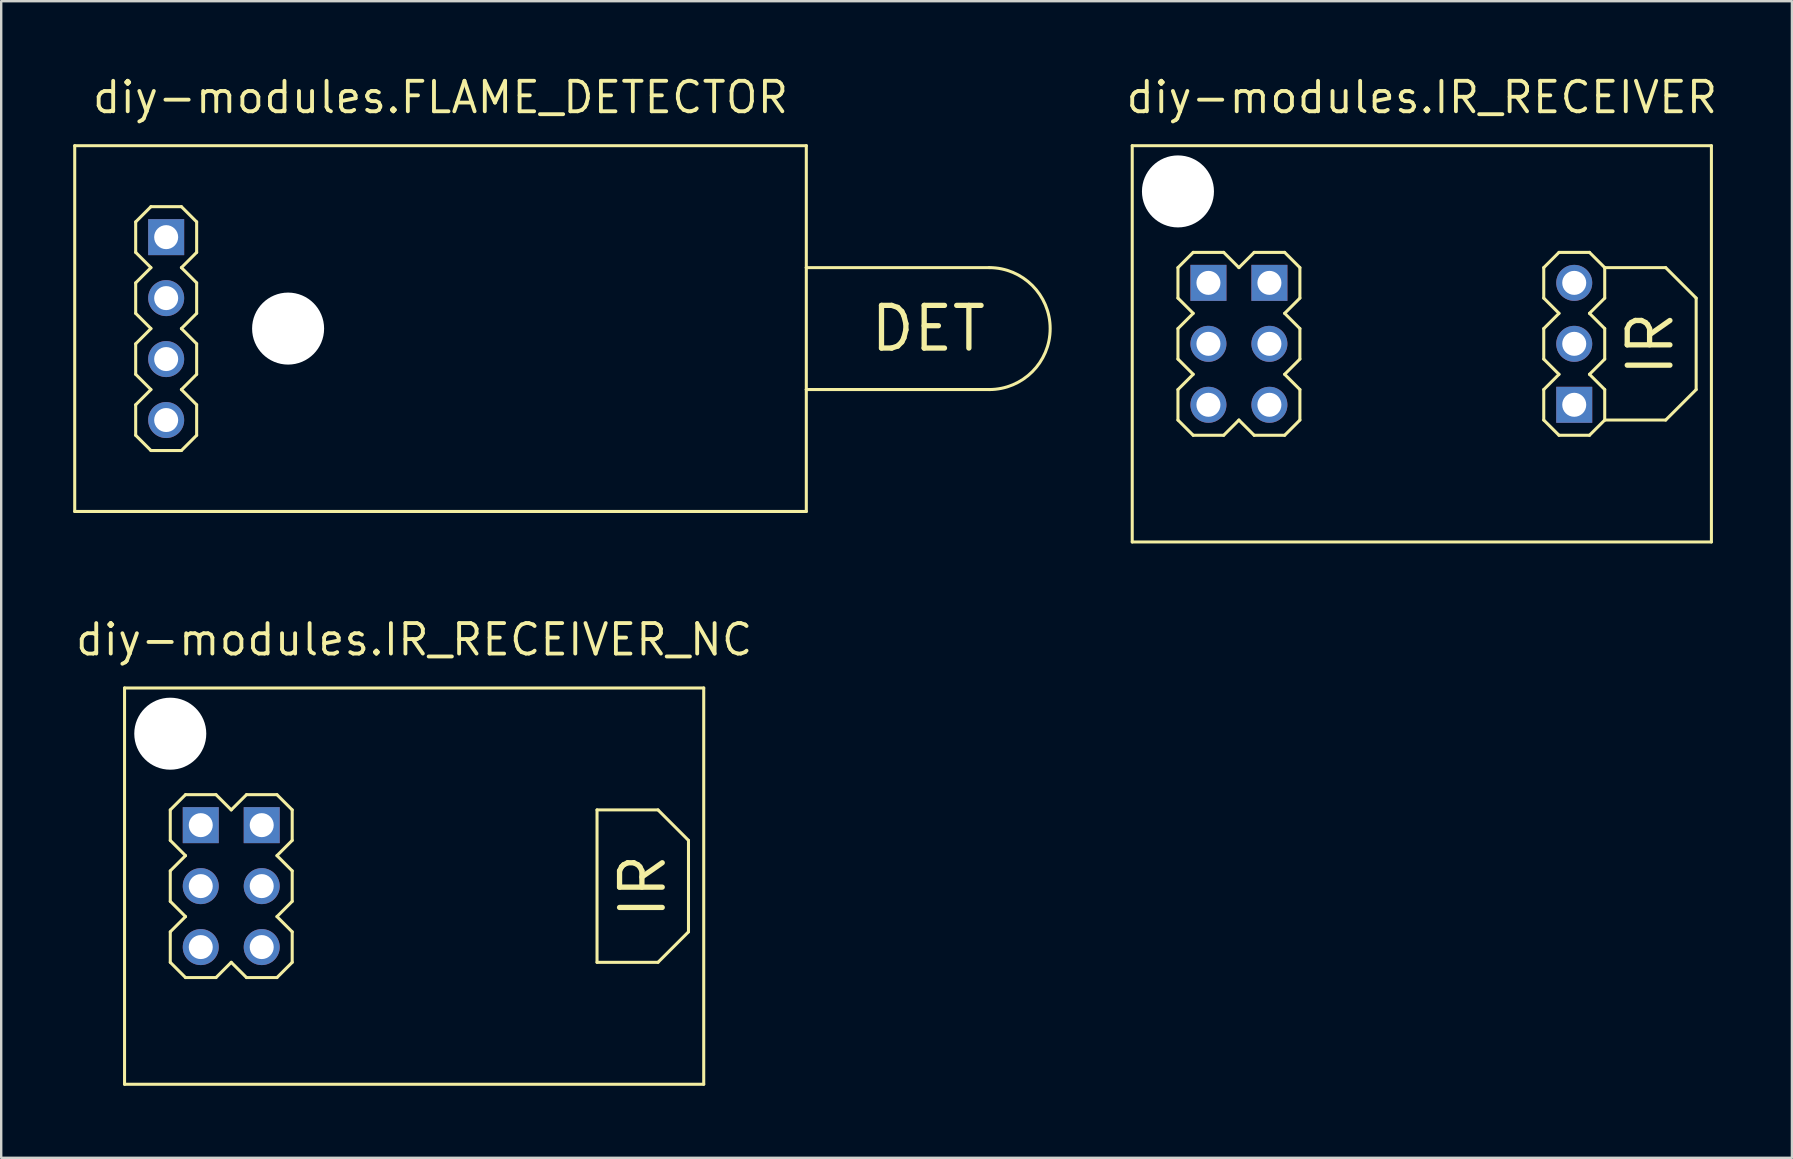
<source format=kicad_pcb>
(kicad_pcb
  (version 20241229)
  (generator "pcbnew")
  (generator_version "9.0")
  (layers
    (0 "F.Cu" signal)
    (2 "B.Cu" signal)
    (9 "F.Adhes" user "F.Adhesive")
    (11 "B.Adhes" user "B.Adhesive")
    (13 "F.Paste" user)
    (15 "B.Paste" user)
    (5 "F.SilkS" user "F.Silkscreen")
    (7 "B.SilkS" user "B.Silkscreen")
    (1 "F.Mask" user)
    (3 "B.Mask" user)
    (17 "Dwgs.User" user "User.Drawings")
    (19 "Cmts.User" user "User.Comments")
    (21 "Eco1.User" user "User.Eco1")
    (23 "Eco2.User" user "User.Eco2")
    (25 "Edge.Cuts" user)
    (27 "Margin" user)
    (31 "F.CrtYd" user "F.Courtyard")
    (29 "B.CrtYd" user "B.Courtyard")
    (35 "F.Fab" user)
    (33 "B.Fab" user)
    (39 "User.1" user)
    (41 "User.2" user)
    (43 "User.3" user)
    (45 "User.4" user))
  (footprint "diy-modules.FLAME_DETECTOR"
    (layer "F.Cu")
    (at 15.303 10.64)
    (property "Reference" "diy-modules.FLAME_DETECTOR" (at 0 -8.89 0) (layer "F.SilkS") (effects (font (size 1.27 1.27) (thickness 0.16)) (justify bottom)))
    (attr through_hole)
    (fp_line (start -15.24 -7.62) (end 15.24 -7.62) (stroke (width 0.127) (type default)) (layer "F.SilkS"))
    (fp_line (start -15.24 7.62) (end -15.24 -7.62) (stroke (width 0.127) (type default)) (layer "F.SilkS"))
    (fp_line (start -12.7 -4.445) (end -12.065 -5.08) (stroke (width 0.127) (type default)) (layer "F.SilkS"))
    (fp_line (start -12.7 -3.175) (end -12.7 -4.445) (stroke (width 0.127) (type default)) (layer "F.SilkS"))
    (fp_line (start -12.7 -1.905) (end -12.065 -2.54) (stroke (width 0.127) (type default)) (layer "F.SilkS"))
    (fp_line (start -12.7 -0.635) (end -12.7 -1.905) (stroke (width 0.127) (type default)) (layer "F.SilkS"))
    (fp_line (start -12.7 0.635) (end -12.065 0) (stroke (width 0.127) (type default)) (layer "F.SilkS"))
    (fp_line (start -12.7 1.905) (end -12.7 0.635) (stroke (width 0.127) (type default)) (layer "F.SilkS"))
    (fp_line (start -12.7 3.175) (end -12.065 2.54) (stroke (width 0.127) (type default)) (layer "F.SilkS"))
    (fp_line (start -12.7 4.445) (end -12.7 3.175) (stroke (width 0.127) (type default)) (layer "F.SilkS"))
    (fp_line (start -12.065 -5.08) (end -10.795 -5.08) (stroke (width 0.127) (type default)) (layer "F.SilkS"))
    (fp_line (start -12.065 -2.54) (end -12.7 -3.175) (stroke (width 0.127) (type default)) (layer "F.SilkS"))
    (fp_line (start -12.065 0) (end -12.7 -0.635) (stroke (width 0.127) (type default)) (layer "F.SilkS"))
    (fp_line (start -12.065 2.54) (end -12.7 1.905) (stroke (width 0.127) (type default)) (layer "F.SilkS"))
    (fp_line (start -12.065 5.08) (end -12.7 4.445) (stroke (width 0.127) (type default)) (layer "F.SilkS"))
    (fp_line (start -10.795 -5.08) (end -10.16 -4.445) (stroke (width 0.127) (type default)) (layer "F.SilkS"))
    (fp_line (start -10.795 -2.54) (end -10.16 -1.905) (stroke (width 0.127) (type default)) (layer "F.SilkS"))
    (fp_line (start -10.795 0) (end -10.16 0.635) (stroke (width 0.127) (type default)) (layer "F.SilkS"))
    (fp_line (start -10.795 2.54) (end -10.16 3.175) (stroke (width 0.127) (type default)) (layer "F.SilkS"))
    (fp_line (start -10.795 5.08) (end -12.065 5.08) (stroke (width 0.127) (type default)) (layer "F.SilkS"))
    (fp_line (start -10.16 -4.445) (end -10.16 -3.175) (stroke (width 0.127) (type default)) (layer "F.SilkS"))
    (fp_line (start -10.16 -3.175) (end -10.795 -2.54) (stroke (width 0.127) (type default)) (layer "F.SilkS"))
    (fp_line (start -10.16 -1.905) (end -10.16 -0.635) (stroke (width 0.127) (type default)) (layer "F.SilkS"))
    (fp_line (start -10.16 -0.635) (end -10.795 0) (stroke (width 0.127) (type default)) (layer "F.SilkS"))
    (fp_line (start -10.16 0.635) (end -10.16 1.905) (stroke (width 0.127) (type default)) (layer "F.SilkS"))
    (fp_line (start -10.16 1.905) (end -10.795 2.54) (stroke (width 0.127) (type default)) (layer "F.SilkS"))
    (fp_line (start -10.16 3.175) (end -10.16 4.445) (stroke (width 0.127) (type default)) (layer "F.SilkS"))
    (fp_line (start -10.16 4.445) (end -10.795 5.08) (stroke (width 0.127) (type default)) (layer "F.SilkS"))
    (fp_line (start 15.24 -7.62) (end 15.24 -2.54) (stroke (width 0.127) (type default)) (layer "F.SilkS"))
    (fp_line (start 15.24 -2.54) (end 15.24 2.54) (stroke (width 0.127) (type default)) (layer "F.SilkS"))
    (fp_line (start 15.24 -2.54) (end 22.86 -2.54) (stroke (width 0.127) (type default)) (layer "F.SilkS"))
    (fp_line (start 15.24 2.54) (end 15.24 7.62) (stroke (width 0.127) (type default)) (layer "F.SilkS"))
    (fp_line (start 15.24 2.54) (end 22.86 2.54) (stroke (width 0.127) (type default)) (layer "F.SilkS"))
    (fp_line (start 15.24 7.62) (end -15.24 7.62) (stroke (width 0.127) (type default)) (layer "F.SilkS"))
    (fp_arc (start 22.86 -2.54) (mid 25.4 0) (end 22.86 2.54) (stroke (width 0.127) (type default)) (layer "F.SilkS"))
    (fp_text user "DET" (at 20.32 0 0) (layer "F.SilkS") (effects (font (size 1.778 1.778) (thickness 0.22))))
    (pad "" np_thru_hole circle (at -6.35 0) (size 3 3) (drill 3) (layers "*.Cu" "*.Mask"))
    (pad "1" thru_hole rect (at -11.43 -3.81) (size 1.5 1.5) (drill 1) (layers "*.Cu" "*.Mask"))
    (pad "2" thru_hole circle (at -11.43 -1.27) (size 1.5 1.5) (drill 1) (layers "*.Cu" "*.Mask"))
    (pad "3" thru_hole circle (at -11.43 1.27) (size 1.5 1.5) (drill 1) (layers "*.Cu" "*.Mask"))
    (pad "4" thru_hole circle (at -11.43 3.81) (size 1.5 1.5) (drill 1) (layers "*.Cu" "*.Mask")))
  (footprint "diy-modules.IR_RECEIVER_NC"
    (layer "F.Cu")
    (at 14.204 33.868)
    (property "Reference" "diy-modules.IR_RECEIVER_NC" (at 0 -9.525 0) (layer "F.SilkS") (effects (font (size 1.27 1.27) (thickness 0.16)) (justify bottom)))
    (attr through_hole)
    (fp_line (start -12.065 -8.255) (end 12.065 -8.255) (stroke (width 0.127) (type default)) (layer "F.SilkS"))
    (fp_line (start -12.065 8.255) (end -12.065 -8.255) (stroke (width 0.127) (type default)) (layer "F.SilkS"))
    (fp_line (start -10.16 -3.175) (end -9.525 -3.81) (stroke (width 0.127) (type default)) (layer "F.SilkS"))
    (fp_line (start -10.16 -1.905) (end -10.16 -3.175) (stroke (width 0.127) (type default)) (layer "F.SilkS"))
    (fp_line (start -10.16 -0.635) (end -9.525 -1.27) (stroke (width 0.127) (type default)) (layer "F.SilkS"))
    (fp_line (start -10.16 0.635) (end -10.16 -0.635) (stroke (width 0.127) (type default)) (layer "F.SilkS"))
    (fp_line (start -10.16 1.905) (end -9.525 1.27) (stroke (width 0.127) (type default)) (layer "F.SilkS"))
    (fp_line (start -10.16 3.175) (end -10.16 1.905) (stroke (width 0.127) (type default)) (layer "F.SilkS"))
    (fp_line (start -9.525 -3.81) (end -8.255 -3.81) (stroke (width 0.127) (type default)) (layer "F.SilkS"))
    (fp_line (start -9.525 -1.27) (end -10.16 -1.905) (stroke (width 0.127) (type default)) (layer "F.SilkS"))
    (fp_line (start -9.525 1.27) (end -10.16 0.635) (stroke (width 0.127) (type default)) (layer "F.SilkS"))
    (fp_line (start -9.525 3.81) (end -10.16 3.175) (stroke (width 0.127) (type default)) (layer "F.SilkS"))
    (fp_line (start -8.255 -3.81) (end -7.62 -3.175) (stroke (width 0.127) (type default)) (layer "F.SilkS"))
    (fp_line (start -8.255 3.81) (end -9.525 3.81) (stroke (width 0.127) (type default)) (layer "F.SilkS"))
    (fp_line (start -7.62 -3.175) (end -6.985 -3.81) (stroke (width 0.127) (type default)) (layer "F.SilkS"))
    (fp_line (start -7.62 3.175) (end -8.255 3.81) (stroke (width 0.127) (type default)) (layer "F.SilkS"))
    (fp_line (start -6.985 -3.81) (end -5.715 -3.81) (stroke (width 0.127) (type default)) (layer "F.SilkS"))
    (fp_line (start -6.985 3.81) (end -7.62 3.175) (stroke (width 0.127) (type default)) (layer "F.SilkS"))
    (fp_line (start -5.715 -3.81) (end -5.08 -3.175) (stroke (width 0.127) (type default)) (layer "F.SilkS"))
    (fp_line (start -5.715 -1.27) (end -5.08 -0.635) (stroke (width 0.127) (type default)) (layer "F.SilkS"))
    (fp_line (start -5.715 1.27) (end -5.08 1.905) (stroke (width 0.127) (type default)) (layer "F.SilkS"))
    (fp_line (start -5.715 3.81) (end -6.985 3.81) (stroke (width 0.127) (type default)) (layer "F.SilkS"))
    (fp_line (start -5.08 -3.175) (end -5.08 -1.905) (stroke (width 0.127) (type default)) (layer "F.SilkS"))
    (fp_line (start -5.08 -1.905) (end -5.715 -1.27) (stroke (width 0.127) (type default)) (layer "F.SilkS"))
    (fp_line (start -5.08 -0.635) (end -5.08 0.635) (stroke (width 0.127) (type default)) (layer "F.SilkS"))
    (fp_line (start -5.08 0.635) (end -5.715 1.27) (stroke (width 0.127) (type default)) (layer "F.SilkS"))
    (fp_line (start -5.08 1.905) (end -5.08 3.175) (stroke (width 0.127) (type default)) (layer "F.SilkS"))
    (fp_line (start -5.08 3.175) (end -5.715 3.81) (stroke (width 0.127) (type default)) (layer "F.SilkS"))
    (fp_line (start 7.62 -3.175) (end 7.62 3.175) (stroke (width 0.127) (type default)) (layer "F.SilkS"))
    (fp_line (start 7.62 -3.175) (end 10.16 -3.175) (stroke (width 0.127) (type default)) (layer "F.SilkS"))
    (fp_line (start 10.16 -3.175) (end 11.43 -1.905) (stroke (width 0.127) (type default)) (layer "F.SilkS"))
    (fp_line (start 10.16 3.175) (end 7.62 3.175) (stroke (width 0.127) (type default)) (layer "F.SilkS"))
    (fp_line (start 11.43 -1.905) (end 11.43 1.905) (stroke (width 0.127) (type default)) (layer "F.SilkS"))
    (fp_line (start 11.43 1.905) (end 10.16 3.175) (stroke (width 0.127) (type default)) (layer "F.SilkS"))
    (fp_line (start 12.065 -8.255) (end 12.065 8.255) (stroke (width 0.127) (type default)) (layer "F.SilkS"))
    (fp_line (start 12.065 8.255) (end -12.065 8.255) (stroke (width 0.127) (type default)) (layer "F.SilkS"))
    (fp_text user "IR" (at 9.525 0 270) (layer "F.SilkS") (effects (font (size 1.778 1.778) (thickness 0.22))))
    (pad "" np_thru_hole circle (at -10.16 -6.35) (size 3 3) (drill 3) (layers "*.Cu" "*.Mask"))
    (pad "A.1" thru_hole rect (at -8.89 -2.54) (size 1.5 1.5) (drill 1) (layers "*.Cu" "*.Mask"))
    (pad "A.2" thru_hole circle (at -8.89 0) (size 1.5 1.5) (drill 1) (layers "*.Cu" "*.Mask"))
    (pad "A.3" thru_hole circle (at -8.89 2.54) (size 1.5 1.5) (drill 1) (layers "*.Cu" "*.Mask"))
    (pad "B.1" thru_hole rect (at -6.35 -2.54) (size 1.5 1.5) (drill 1) (layers "*.Cu" "*.Mask"))
    (pad "B.2" thru_hole circle (at -6.35 0) (size 1.5 1.5) (drill 1) (layers "*.Cu" "*.Mask"))
    (pad "B.3" thru_hole circle (at -6.35 2.54) (size 1.5 1.5) (drill 1) (layers "*.Cu" "*.Mask")))
  (footprint "diy-modules.IR_RECEIVER"
    (layer "F.Cu")
    (at 56.187 11.275)
    (property "Reference" "diy-modules.IR_RECEIVER" (at 0 -9.525 0) (layer "F.SilkS") (effects (font (size 1.27 1.27) (thickness 0.16)) (justify bottom)))
    (attr through_hole)
    (fp_line (start -12.065 -8.255) (end 12.065 -8.255) (stroke (width 0.127) (type default)) (layer "F.SilkS"))
    (fp_line (start -12.065 8.255) (end -12.065 -8.255) (stroke (width 0.127) (type default)) (layer "F.SilkS"))
    (fp_line (start -10.16 -3.175) (end -9.525 -3.81) (stroke (width 0.127) (type default)) (layer "F.SilkS"))
    (fp_line (start -10.16 -1.905) (end -10.16 -3.175) (stroke (width 0.127) (type default)) (layer "F.SilkS"))
    (fp_line (start -10.16 -0.635) (end -9.525 -1.27) (stroke (width 0.127) (type default)) (layer "F.SilkS"))
    (fp_line (start -10.16 0.635) (end -10.16 -0.635) (stroke (width 0.127) (type default)) (layer "F.SilkS"))
    (fp_line (start -10.16 1.905) (end -9.525 1.27) (stroke (width 0.127) (type default)) (layer "F.SilkS"))
    (fp_line (start -10.16 3.175) (end -10.16 1.905) (stroke (width 0.127) (type default)) (layer "F.SilkS"))
    (fp_line (start -9.525 -3.81) (end -8.255 -3.81) (stroke (width 0.127) (type default)) (layer "F.SilkS"))
    (fp_line (start -9.525 -1.27) (end -10.16 -1.905) (stroke (width 0.127) (type default)) (layer "F.SilkS"))
    (fp_line (start -9.525 1.27) (end -10.16 0.635) (stroke (width 0.127) (type default)) (layer "F.SilkS"))
    (fp_line (start -9.525 3.81) (end -10.16 3.175) (stroke (width 0.127) (type default)) (layer "F.SilkS"))
    (fp_line (start -8.255 -3.81) (end -7.62 -3.175) (stroke (width 0.127) (type default)) (layer "F.SilkS"))
    (fp_line (start -8.255 3.81) (end -9.525 3.81) (stroke (width 0.127) (type default)) (layer "F.SilkS"))
    (fp_line (start -7.62 -3.175) (end -6.985 -3.81) (stroke (width 0.127) (type default)) (layer "F.SilkS"))
    (fp_line (start -7.62 3.175) (end -8.255 3.81) (stroke (width 0.127) (type default)) (layer "F.SilkS"))
    (fp_line (start -6.985 -3.81) (end -5.715 -3.81) (stroke (width 0.127) (type default)) (layer "F.SilkS"))
    (fp_line (start -6.985 3.81) (end -7.62 3.175) (stroke (width 0.127) (type default)) (layer "F.SilkS"))
    (fp_line (start -5.715 -3.81) (end -5.08 -3.175) (stroke (width 0.127) (type default)) (layer "F.SilkS"))
    (fp_line (start -5.715 -1.27) (end -5.08 -0.635) (stroke (width 0.127) (type default)) (layer "F.SilkS"))
    (fp_line (start -5.715 1.27) (end -5.08 1.905) (stroke (width 0.127) (type default)) (layer "F.SilkS"))
    (fp_line (start -5.715 3.81) (end -6.985 3.81) (stroke (width 0.127) (type default)) (layer "F.SilkS"))
    (fp_line (start -5.08 -3.175) (end -5.08 -1.905) (stroke (width 0.127) (type default)) (layer "F.SilkS"))
    (fp_line (start -5.08 -1.905) (end -5.715 -1.27) (stroke (width 0.127) (type default)) (layer "F.SilkS"))
    (fp_line (start -5.08 -0.635) (end -5.08 0.635) (stroke (width 0.127) (type default)) (layer "F.SilkS"))
    (fp_line (start -5.08 0.635) (end -5.715 1.27) (stroke (width 0.127) (type default)) (layer "F.SilkS"))
    (fp_line (start -5.08 1.905) (end -5.08 3.175) (stroke (width 0.127) (type default)) (layer "F.SilkS"))
    (fp_line (start -5.08 3.175) (end -5.715 3.81) (stroke (width 0.127) (type default)) (layer "F.SilkS"))
    (fp_line (start 5.08 -3.175) (end 5.715 -3.81) (stroke (width 0.127) (type default)) (layer "F.SilkS"))
    (fp_line (start 5.08 -1.905) (end 5.08 -3.175) (stroke (width 0.127) (type default)) (layer "F.SilkS"))
    (fp_line (start 5.08 -0.635) (end 5.715 -1.27) (stroke (width 0.127) (type default)) (layer "F.SilkS"))
    (fp_line (start 5.08 0.635) (end 5.08 -0.635) (stroke (width 0.127) (type default)) (layer "F.SilkS"))
    (fp_line (start 5.08 1.905) (end 5.715 1.27) (stroke (width 0.127) (type default)) (layer "F.SilkS"))
    (fp_line (start 5.08 3.175) (end 5.08 1.905) (stroke (width 0.127) (type default)) (layer "F.SilkS"))
    (fp_line (start 5.715 -3.81) (end 6.985 -3.81) (stroke (width 0.127) (type default)) (layer "F.SilkS"))
    (fp_line (start 5.715 -1.27) (end 5.08 -1.905) (stroke (width 0.127) (type default)) (layer "F.SilkS"))
    (fp_line (start 5.715 1.27) (end 5.08 0.635) (stroke (width 0.127) (type default)) (layer "F.SilkS"))
    (fp_line (start 5.715 3.81) (end 5.08 3.175) (stroke (width 0.127) (type default)) (layer "F.SilkS"))
    (fp_line (start 6.985 -3.81) (end 7.62 -3.175) (stroke (width 0.127) (type default)) (layer "F.SilkS"))
    (fp_line (start 6.985 -1.27) (end 7.62 -0.635) (stroke (width 0.127) (type default)) (layer "F.SilkS"))
    (fp_line (start 6.985 1.27) (end 7.62 1.905) (stroke (width 0.127) (type default)) (layer "F.SilkS"))
    (fp_line (start 6.985 3.81) (end 5.715 3.81) (stroke (width 0.127) (type default)) (layer "F.SilkS"))
    (fp_line (start 7.62 -3.175) (end 7.62 -1.905) (stroke (width 0.127) (type default)) (layer "F.SilkS"))
    (fp_line (start 7.62 -3.175) (end 10.16 -3.175) (stroke (width 0.127) (type default)) (layer "F.SilkS"))
    (fp_line (start 7.62 -1.905) (end 6.985 -1.27) (stroke (width 0.127) (type default)) (layer "F.SilkS"))
    (fp_line (start 7.62 -0.635) (end 7.62 0.635) (stroke (width 0.127) (type default)) (layer "F.SilkS"))
    (fp_line (start 7.62 0.635) (end 6.985 1.27) (stroke (width 0.127) (type default)) (layer "F.SilkS"))
    (fp_line (start 7.62 1.905) (end 7.62 3.175) (stroke (width 0.127) (type default)) (layer "F.SilkS"))
    (fp_line (start 7.62 3.175) (end 6.985 3.81) (stroke (width 0.127) (type default)) (layer "F.SilkS"))
    (fp_line (start 10.16 -3.175) (end 11.43 -1.905) (stroke (width 0.127) (type default)) (layer "F.SilkS"))
    (fp_line (start 10.16 3.175) (end 7.62 3.175) (stroke (width 0.127) (type default)) (layer "F.SilkS"))
    (fp_line (start 11.43 -1.905) (end 11.43 1.905) (stroke (width 0.127) (type default)) (layer "F.SilkS"))
    (fp_line (start 11.43 1.905) (end 10.16 3.175) (stroke (width 0.127) (type default)) (layer "F.SilkS"))
    (fp_line (start 12.065 -8.255) (end 12.065 8.255) (stroke (width 0.127) (type default)) (layer "F.SilkS"))
    (fp_line (start 12.065 8.255) (end -12.065 8.255) (stroke (width 0.127) (type default)) (layer "F.SilkS"))
    (fp_text user "IR" (at 9.525 0 270) (layer "F.SilkS") (effects (font (size 1.778 1.778) (thickness 0.22))))
    (pad "" np_thru_hole circle (at -10.16 -6.35) (size 3 3) (drill 3) (layers "*.Cu" "*.Mask"))
    (pad "A.1" thru_hole rect (at -8.89 -2.54) (size 1.5 1.5) (drill 1) (layers "*.Cu" "*.Mask"))
    (pad "A.2" thru_hole circle (at -8.89 0) (size 1.5 1.5) (drill 1) (layers "*.Cu" "*.Mask"))
    (pad "A.3" thru_hole circle (at -8.89 2.54) (size 1.5 1.5) (drill 1) (layers "*.Cu" "*.Mask"))
    (pad "B.1" thru_hole rect (at -6.35 -2.54) (size 1.5 1.5) (drill 1) (layers "*.Cu" "*.Mask"))
    (pad "B.2" thru_hole circle (at -6.35 0) (size 1.5 1.5) (drill 1) (layers "*.Cu" "*.Mask"))
    (pad "B.3" thru_hole circle (at -6.35 2.54) (size 1.5 1.5) (drill 1) (layers "*.Cu" "*.Mask"))
    (pad "C.1" thru_hole rect (at 6.35 2.54) (size 1.5 1.5) (drill 1) (layers "*.Cu" "*.Mask"))
    (pad "C.2" thru_hole circle (at 6.35 0) (size 1.5 1.5) (drill 1) (layers "*.Cu" "*.Mask"))
    (pad "C.3" thru_hole circle (at 6.35 -2.54) (size 1.5 1.5) (drill 1) (layers "*.Cu" "*.Mask")))
  (gr_rect
    (start -3 -3)
    (end 71.607 45.187)
    (stroke (width 0.1) (type default))
    (fill no)
    (layer "Edge.Cuts")))
</source>
